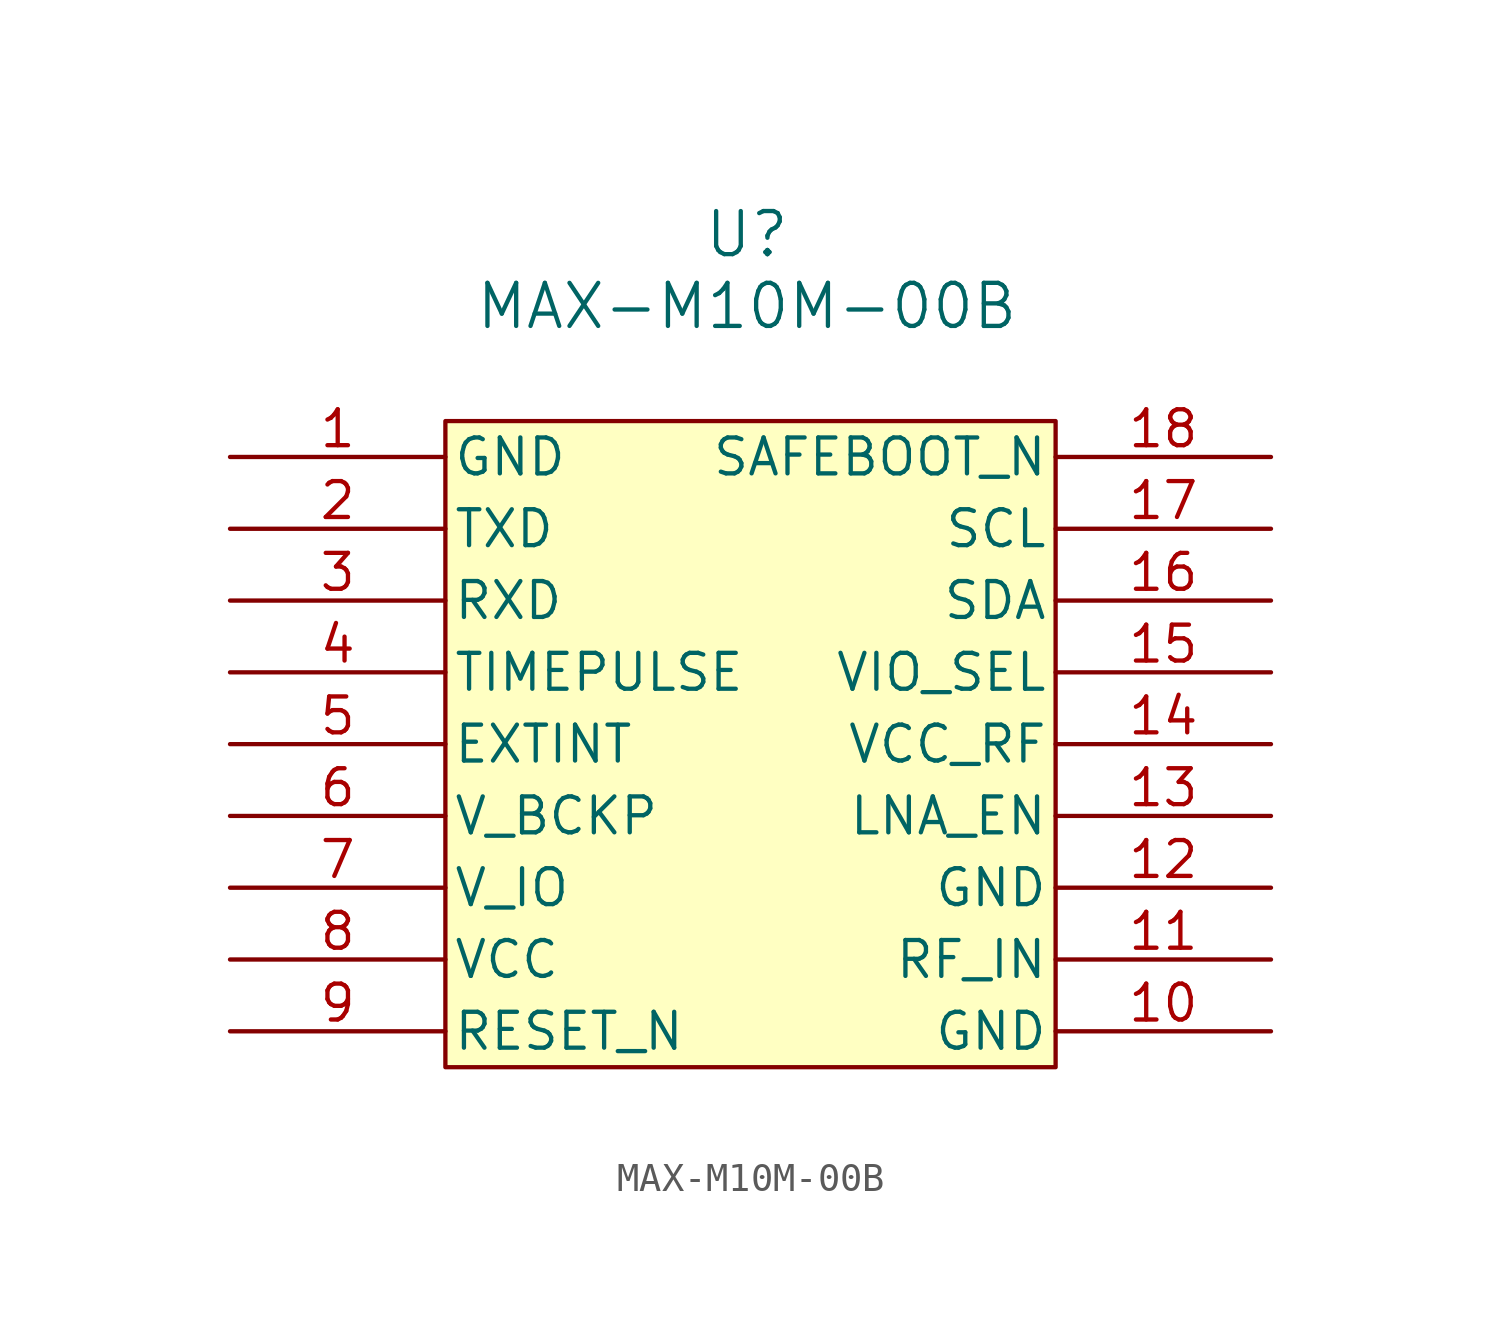
<source format=kicad_sym>
(kicad_symbol_lib
  (version 20231120)
  (generator "kicad_symbol_editor")
  (generator_version "8.0")
  (symbol "MAX-M10M-00B"
    (pin_names
      (offset 0.254))
    (property "Reference" "U"
      (at 18.288 7.874 0)
      (effects (font (size 1.524 1.524))))
    (property "Value" "MAX-M10M-00B"
      (at 18.288 5.334 0)
      (effects (font (size 1.524 1.524))))
    (property "ki_locked" ""
      (at 0 0 0)
      (effects (font (size 1.27 1.27))))
    (symbol "MAX-M10M-00B_0_1"
      (pin power_out line (at 0 0 0) (length 7.62) (name "GND" (effects (font (size 1.27 1.27)))) (number "1" (effects (font (size 1.27 1.27)))))
      (pin power_out line (at 36.83 -20.32 180) (length 7.62) (name "GND" (effects (font (size 1.27 1.27)))) (number "10" (effects (font (size 1.27 1.27)))))
      (pin input line (at 36.83 -17.78 180) (length 7.62) (name "RF_IN" (effects (font (size 1.27 1.27)))) (number "11" (effects (font (size 1.27 1.27)))))
      (pin power_out line (at 36.83 -15.24 180) (length 7.62) (name "GND" (effects (font (size 1.27 1.27)))) (number "12" (effects (font (size 1.27 1.27)))))
      (pin output line (at 36.83 -12.7 180) (length 7.62) (name "LNA_EN" (effects (font (size 1.27 1.27)))) (number "13" (effects (font (size 1.27 1.27)))))
      (pin output line (at 36.83 -10.16 180) (length 7.62) (name "VCC_RF" (effects (font (size 1.27 1.27)))) (number "14" (effects (font (size 1.27 1.27)))))
      (pin input line (at 36.83 -7.62 180) (length 7.62) (name "VIO_SEL" (effects (font (size 1.27 1.27)))) (number "15" (effects (font (size 1.27 1.27)))))
      (pin bidirectional line (at 36.83 -5.08 180) (length 7.62) (name "SDA" (effects (font (size 1.27 1.27)))) (number "16" (effects (font (size 1.27 1.27)))))
      (pin input line (at 36.83 -2.54 180) (length 7.62) (name "SCL" (effects (font (size 1.27 1.27)))) (number "17" (effects (font (size 1.27 1.27)))))
      (pin input line (at 36.83 0 180) (length 7.62) (name "SAFEBOOT_N" (effects (font (size 1.27 1.27)))) (number "18" (effects (font (size 1.27 1.27)))))
      (pin output line (at 0 -2.54 0) (length 7.62) (name "TXD" (effects (font (size 1.27 1.27)))) (number "2" (effects (font (size 1.27 1.27)))))
      (pin input line (at 0 -5.08 0) (length 7.62) (name "RXD" (effects (font (size 1.27 1.27)))) (number "3" (effects (font (size 1.27 1.27)))))
      (pin output line (at 0 -7.62 0) (length 7.62) (name "TIMEPULSE" (effects (font (size 1.27 1.27)))) (number "4" (effects (font (size 1.27 1.27)))))
      (pin input line (at 0 -10.16 0) (length 7.62) (name "EXTINT" (effects (font (size 1.27 1.27)))) (number "5" (effects (font (size 1.27 1.27)))))
      (pin power_in line (at 0 -12.7 0) (length 7.62) (name "V_BCKP" (effects (font (size 1.27 1.27)))) (number "6" (effects (font (size 1.27 1.27)))))
      (pin power_in line (at 0 -15.24 0) (length 7.62) (name "V_IO" (effects (font (size 1.27 1.27)))) (number "7" (effects (font (size 1.27 1.27)))))
      (pin power_in line (at 0 -17.78 0) (length 7.62) (name "VCC" (effects (font (size 1.27 1.27)))) (number "8" (effects (font (size 1.27 1.27)))))
      (pin input line (at 0 -20.32 0) (length 7.62) (name "RESET_N" (effects (font (size 1.27 1.27)))) (number "9" (effects (font (size 1.27 1.27))))))
    (symbol "MAX-M10M-00B_1_1"
      (rectangle (start 7.62 1.27) (end 29.21 -21.59) (stroke (width 0) (type default)) (fill (type background))))))
</source>
